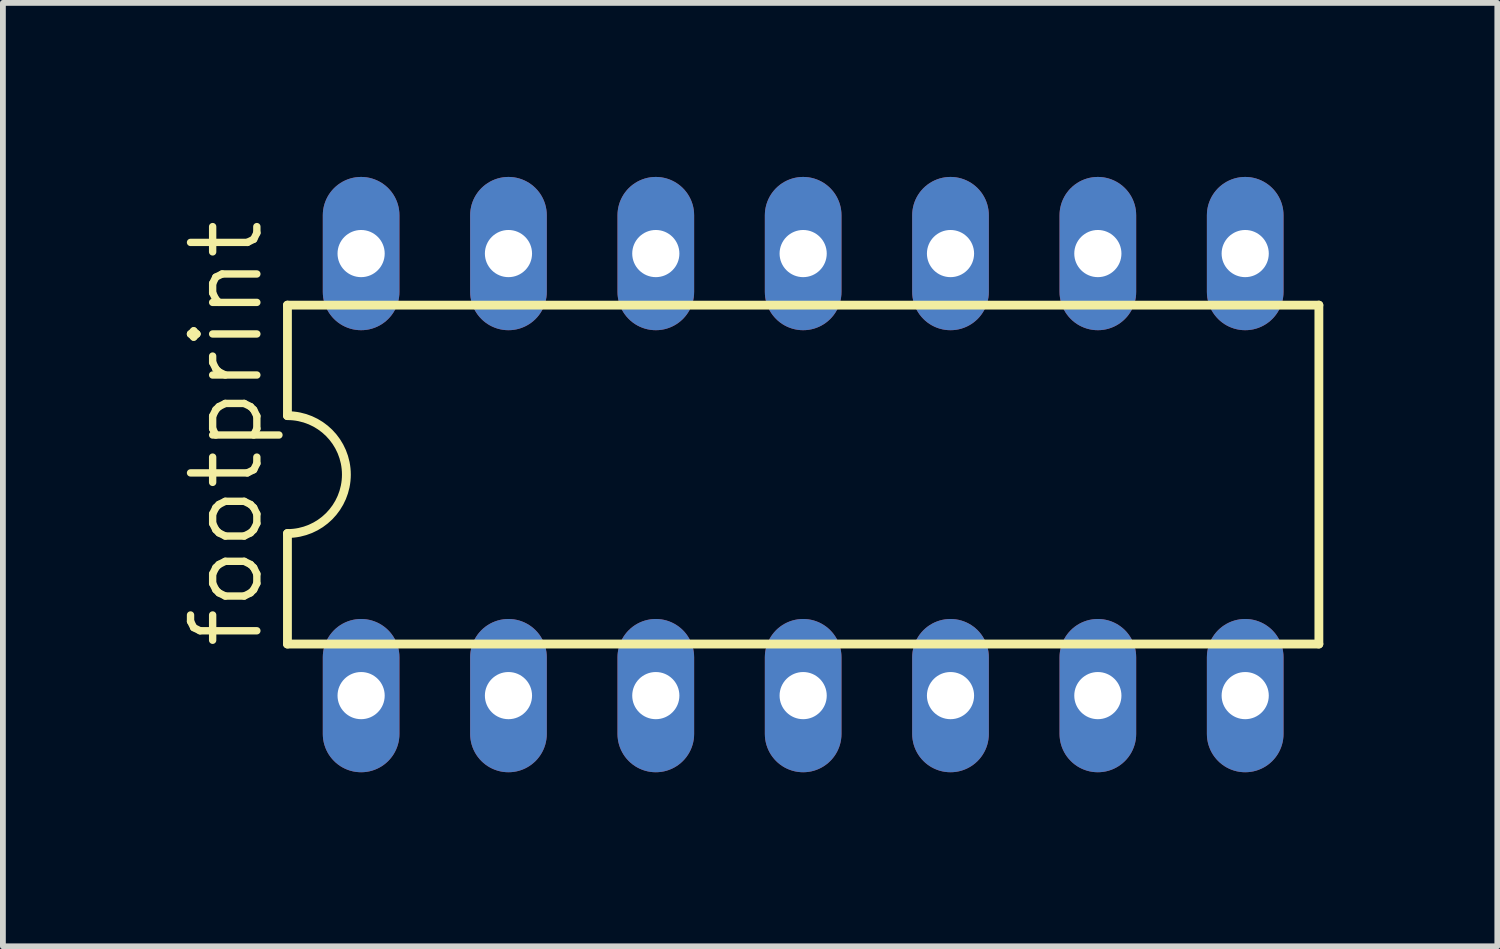
<source format=kicad_pcb>
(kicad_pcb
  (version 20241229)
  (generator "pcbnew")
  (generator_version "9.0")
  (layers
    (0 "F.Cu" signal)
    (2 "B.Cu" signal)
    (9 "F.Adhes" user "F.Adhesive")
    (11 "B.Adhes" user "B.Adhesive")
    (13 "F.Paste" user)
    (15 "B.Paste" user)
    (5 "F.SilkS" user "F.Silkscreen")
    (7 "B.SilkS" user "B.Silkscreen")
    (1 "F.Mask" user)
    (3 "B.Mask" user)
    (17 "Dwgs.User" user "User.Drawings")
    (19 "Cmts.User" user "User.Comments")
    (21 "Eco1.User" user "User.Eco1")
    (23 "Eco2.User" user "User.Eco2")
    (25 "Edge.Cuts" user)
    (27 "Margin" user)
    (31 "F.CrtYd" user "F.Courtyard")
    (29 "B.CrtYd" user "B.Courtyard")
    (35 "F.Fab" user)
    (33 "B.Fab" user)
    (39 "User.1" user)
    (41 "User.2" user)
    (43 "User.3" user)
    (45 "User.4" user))
  (footprint "footprint"
    (layer "F.Cu")
    (at 10.795 5.131)
    (property "Reference" "footprint" (at -9.271 3.048 90) (layer "F.SilkS") (effects (font (size 1.143 1.143) (thickness 0.127)) (justify left bottom)))
    (fp_line (start -8.89 -2.921) (end -8.89 -1.016) (stroke (width 0.152) (type solid)) (layer "F.SilkS"))
    (fp_line (start -8.89 2.921) (end -8.89 1.016) (stroke (width 0.152) (type solid)) (layer "F.SilkS"))
    (fp_line (start -8.89 2.921) (end 8.89 2.921) (stroke (width 0.152) (type solid)) (layer "F.SilkS"))
    (fp_line (start 8.89 -2.921) (end -8.89 -2.921) (stroke (width 0.152) (type solid)) (layer "F.SilkS"))
    (fp_line (start 8.89 -2.921) (end 8.89 2.921) (stroke (width 0.152) (type solid)) (layer "F.SilkS"))
    (fp_arc (start -8.89 -1.016) (mid -7.874 0) (end -8.89 1.016) (stroke (width 0.1524) (type solid)) (layer "F.SilkS"))
    (pad "1" thru_hole oval (at -7.62 3.81 90) (size 2.642 1.321) (drill 0.813) (layers "*.Cu" "*.Mask"))
    (pad "2" thru_hole oval (at -5.08 3.81 90) (size 2.642 1.321) (drill 0.813) (layers "*.Cu" "*.Mask"))
    (pad "3" thru_hole oval (at -2.54 3.81 90) (size 2.642 1.321) (drill 0.813) (layers "*.Cu" "*.Mask"))
    (pad "4" thru_hole oval (at 0 3.81 90) (size 2.642 1.321) (drill 0.813) (layers "*.Cu" "*.Mask"))
    (pad "5" thru_hole oval (at 2.54 3.81 90) (size 2.642 1.321) (drill 0.813) (layers "*.Cu" "*.Mask"))
    (pad "6" thru_hole oval (at 5.08 3.81 90) (size 2.642 1.321) (drill 0.813) (layers "*.Cu" "*.Mask"))
    (pad "7" thru_hole oval (at 7.62 3.81 90) (size 2.642 1.321) (drill 0.813) (layers "*.Cu" "*.Mask"))
    (pad "8" thru_hole oval (at 7.62 -3.81 90) (size 2.642 1.321) (drill 0.813) (layers "*.Cu" "*.Mask"))
    (pad "9" thru_hole oval (at 5.08 -3.81 90) (size 2.642 1.321) (drill 0.813) (layers "*.Cu" "*.Mask"))
    (pad "10" thru_hole oval (at 2.54 -3.81 90) (size 2.642 1.321) (drill 0.813) (layers "*.Cu" "*.Mask"))
    (pad "11" thru_hole oval (at 0 -3.81 90) (size 2.642 1.321) (drill 0.813) (layers "*.Cu" "*.Mask"))
    (pad "12" thru_hole oval (at -2.54 -3.81 90) (size 2.642 1.321) (drill 0.813) (layers "*.Cu" "*.Mask"))
    (pad "13" thru_hole oval (at -5.08 -3.81 90) (size 2.642 1.321) (drill 0.813) (layers "*.Cu" "*.Mask"))
    (pad "14" thru_hole oval (at -7.62 -3.81 90) (size 2.642 1.321) (drill 0.813) (layers "*.Cu" "*.Mask")))
  (gr_rect
    (start -3 -3)
    (end 22.761 13.262)
    (stroke (width 0.1) (type default))
    (fill no)
    (layer "Edge.Cuts")))
</source>
